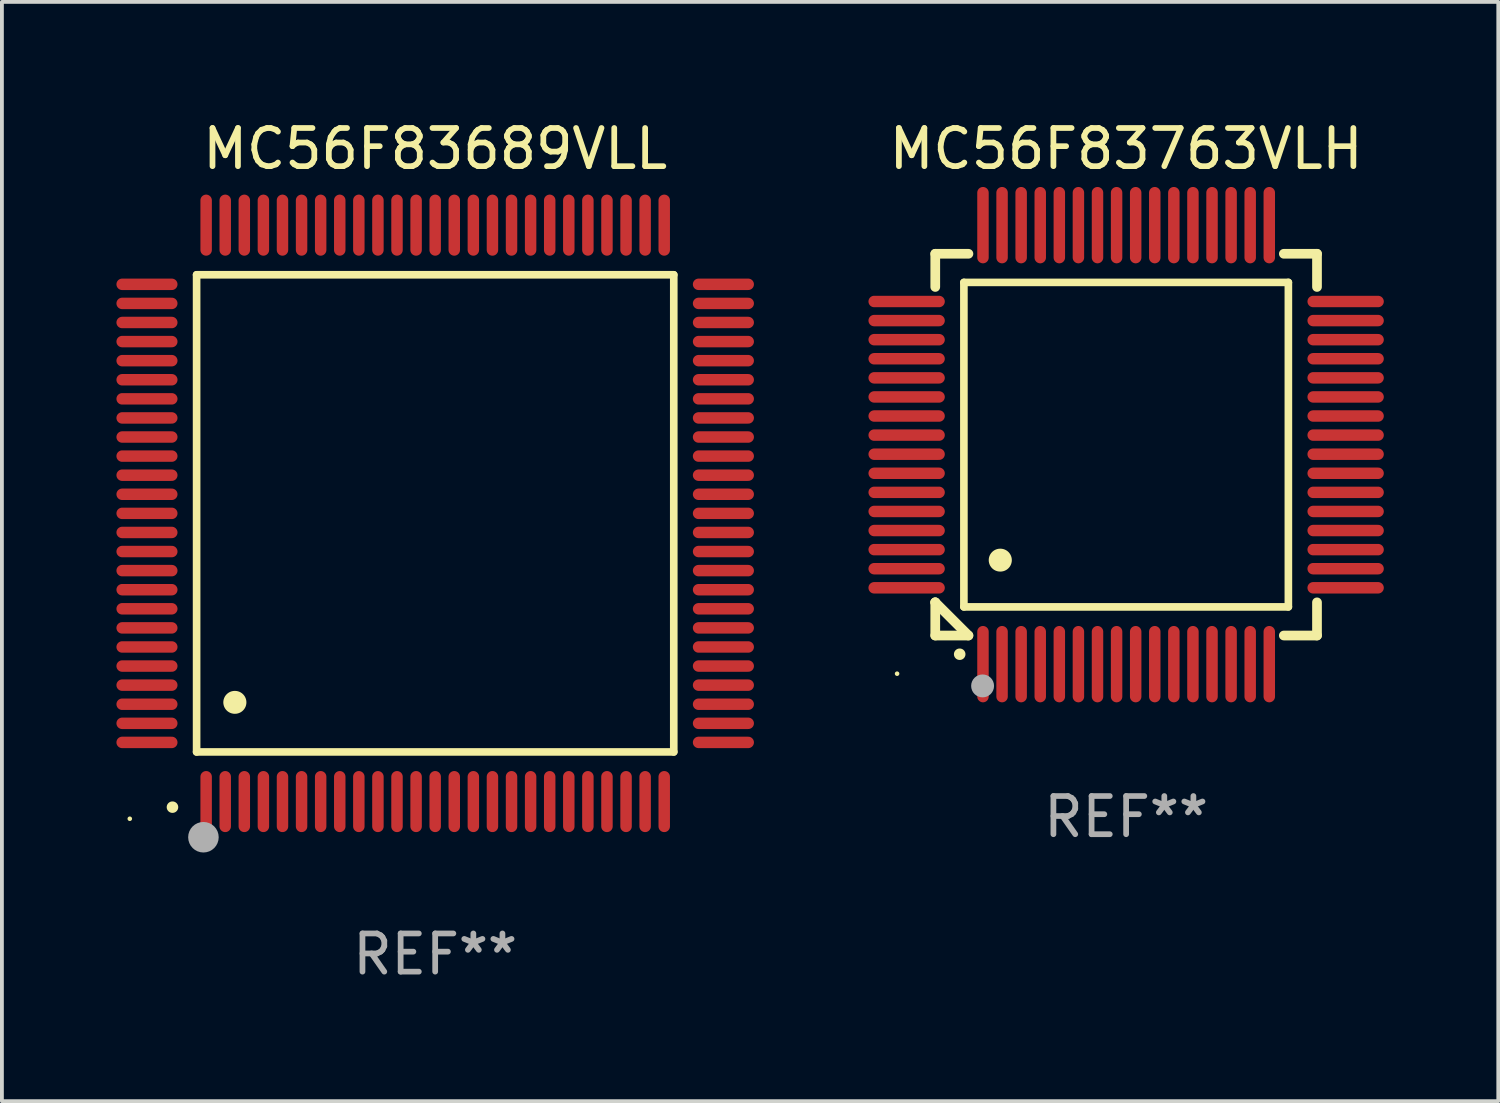
<source format=kicad_pcb>
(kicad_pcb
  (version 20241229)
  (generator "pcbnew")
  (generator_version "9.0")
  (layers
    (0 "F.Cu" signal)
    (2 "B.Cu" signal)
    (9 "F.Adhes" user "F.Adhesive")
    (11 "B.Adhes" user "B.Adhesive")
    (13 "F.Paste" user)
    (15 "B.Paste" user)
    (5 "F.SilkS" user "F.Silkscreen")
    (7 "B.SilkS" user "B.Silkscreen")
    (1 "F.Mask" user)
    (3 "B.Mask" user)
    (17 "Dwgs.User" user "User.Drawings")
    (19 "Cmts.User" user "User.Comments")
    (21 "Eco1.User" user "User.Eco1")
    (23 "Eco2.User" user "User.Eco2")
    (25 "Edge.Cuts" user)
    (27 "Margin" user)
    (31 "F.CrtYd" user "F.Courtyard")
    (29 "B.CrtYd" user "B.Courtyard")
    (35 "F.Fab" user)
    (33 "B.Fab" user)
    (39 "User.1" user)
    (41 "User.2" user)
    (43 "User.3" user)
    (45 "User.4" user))
  (footprint "MC56F83689VLL"
    (layer "F.Cu")
    (at 8.35 10.398)
    (property "Reference" "MC56F83689VLL" (at 0 -9.55 0) (layer "F.SilkS") (effects (font (size 1 1) (thickness 0.15))))
    (attr through_hole)
    (fp_line (start -6.25 -6.25) (end -6.25 6.25) (stroke (width 0.2) (type solid)) (layer "F.SilkS"))
    (fp_line (start -6.25 6.25) (end 6.25 6.25) (stroke (width 0.2) (type solid)) (layer "F.SilkS"))
    (fp_line (start 6.25 -6.25) (end -6.25 -6.25) (stroke (width 0.2) (type solid)) (layer "F.SilkS"))
    (fp_line (start 6.25 6.25) (end 6.25 -6.25) (stroke (width 0.2) (type solid)) (layer "F.SilkS"))
    (fp_arc (start -6.883414 7.696215) (mid -6.882144 7.69621) (end -6.880874 7.696215) (stroke (width 0.3) (type solid)) (layer "F.SilkS"))
    (fp_arc (start -5.250191 4.95047) (mid -5.247651 4.950459) (end -5.245111 4.95047) (stroke (width 0.6) (type solid)) (layer "F.SilkS"))
    (fp_circle (center -8 8) (end -7.97 8) (stroke (width 0.06) (type solid)) (fill no) (layer "F.SilkS"))
    (fp_circle (center -6.071 8.484) (end -5.871 8.484) (stroke (width 0.4) (type solid)) (fill no) (layer "F.Fab"))
    (fp_text user "REF**" (at 0 11.55 0) (layer "F.Fab") (effects (font (size 1 1) (thickness 0.15))))
    (pad "1" smd oval (at -6 7.55) (size 0.3 1.6) (layers "F.Cu" "F.Mask" "F.Paste"))
    (pad "2" smd oval (at -5.5 7.55) (size 0.3 1.6) (layers "F.Cu" "F.Mask" "F.Paste"))
    (pad "3" smd oval (at -5 7.55) (size 0.3 1.6) (layers "F.Cu" "F.Mask" "F.Paste"))
    (pad "4" smd oval (at -4.5 7.55) (size 0.3 1.6) (layers "F.Cu" "F.Mask" "F.Paste"))
    (pad "5" smd oval (at -4 7.55) (size 0.3 1.6) (layers "F.Cu" "F.Mask" "F.Paste"))
    (pad "6" smd oval (at -3.5 7.55) (size 0.3 1.6) (layers "F.Cu" "F.Mask" "F.Paste"))
    (pad "7" smd oval (at -3 7.55) (size 0.3 1.6) (layers "F.Cu" "F.Mask" "F.Paste"))
    (pad "8" smd oval (at -2.5 7.55) (size 0.3 1.6) (layers "F.Cu" "F.Mask" "F.Paste"))
    (pad "9" smd oval (at -2 7.55) (size 0.3 1.6) (layers "F.Cu" "F.Mask" "F.Paste"))
    (pad "10" smd oval (at -1.5 7.55) (size 0.3 1.6) (layers "F.Cu" "F.Mask" "F.Paste"))
    (pad "11" smd oval (at -1 7.55) (size 0.3 1.6) (layers "F.Cu" "F.Mask" "F.Paste"))
    (pad "12" smd oval (at -0.5 7.55) (size 0.3 1.6) (layers "F.Cu" "F.Mask" "F.Paste"))
    (pad "13" smd oval (at 0 7.55) (size 0.3 1.6) (layers "F.Cu" "F.Mask" "F.Paste"))
    (pad "14" smd oval (at 0.5 7.55) (size 0.3 1.6) (layers "F.Cu" "F.Mask" "F.Paste"))
    (pad "15" smd oval (at 1 7.55) (size 0.3 1.6) (layers "F.Cu" "F.Mask" "F.Paste"))
    (pad "16" smd oval (at 1.5 7.55) (size 0.3 1.6) (layers "F.Cu" "F.Mask" "F.Paste"))
    (pad "17" smd oval (at 2 7.55) (size 0.3 1.6) (layers "F.Cu" "F.Mask" "F.Paste"))
    (pad "18" smd oval (at 2.5 7.55) (size 0.3 1.6) (layers "F.Cu" "F.Mask" "F.Paste"))
    (pad "19" smd oval (at 3 7.55) (size 0.3 1.6) (layers "F.Cu" "F.Mask" "F.Paste"))
    (pad "20" smd oval (at 3.5 7.55) (size 0.3 1.6) (layers "F.Cu" "F.Mask" "F.Paste"))
    (pad "21" smd oval (at 4 7.55) (size 0.3 1.6) (layers "F.Cu" "F.Mask" "F.Paste"))
    (pad "22" smd oval (at 4.5 7.55) (size 0.3 1.6) (layers "F.Cu" "F.Mask" "F.Paste"))
    (pad "23" smd oval (at 5 7.55) (size 0.3 1.6) (layers "F.Cu" "F.Mask" "F.Paste"))
    (pad "24" smd oval (at 5.5 7.55) (size 0.3 1.6) (layers "F.Cu" "F.Mask" "F.Paste"))
    (pad "25" smd oval (at 6 7.55) (size 0.3 1.6) (layers "F.Cu" "F.Mask" "F.Paste"))
    (pad "26" smd oval (at 7.55 6) (size 1.6 0.3) (layers "F.Cu" "F.Mask" "F.Paste"))
    (pad "27" smd oval (at 7.55 5.5) (size 1.6 0.3) (layers "F.Cu" "F.Mask" "F.Paste"))
    (pad "28" smd oval (at 7.55 5) (size 1.6 0.3) (layers "F.Cu" "F.Mask" "F.Paste"))
    (pad "29" smd oval (at 7.55 4.5) (size 1.6 0.3) (layers "F.Cu" "F.Mask" "F.Paste"))
    (pad "30" smd oval (at 7.55 4) (size 1.6 0.3) (layers "F.Cu" "F.Mask" "F.Paste"))
    (pad "31" smd oval (at 7.55 3.5) (size 1.6 0.3) (layers "F.Cu" "F.Mask" "F.Paste"))
    (pad "32" smd oval (at 7.55 3) (size 1.6 0.3) (layers "F.Cu" "F.Mask" "F.Paste"))
    (pad "33" smd oval (at 7.55 2.5) (size 1.6 0.3) (layers "F.Cu" "F.Mask" "F.Paste"))
    (pad "34" smd oval (at 7.55 2) (size 1.6 0.3) (layers "F.Cu" "F.Mask" "F.Paste"))
    (pad "35" smd oval (at 7.55 1.5) (size 1.6 0.3) (layers "F.Cu" "F.Mask" "F.Paste"))
    (pad "36" smd oval (at 7.55 1) (size 1.6 0.3) (layers "F.Cu" "F.Mask" "F.Paste"))
    (pad "37" smd oval (at 7.55 0.5) (size 1.6 0.3) (layers "F.Cu" "F.Mask" "F.Paste"))
    (pad "38" smd oval (at 7.55 0) (size 1.6 0.3) (layers "F.Cu" "F.Mask" "F.Paste"))
    (pad "39" smd oval (at 7.55 -0.5) (size 1.6 0.3) (layers "F.Cu" "F.Mask" "F.Paste"))
    (pad "40" smd oval (at 7.55 -1) (size 1.6 0.3) (layers "F.Cu" "F.Mask" "F.Paste"))
    (pad "41" smd oval (at 7.55 -1.5) (size 1.6 0.3) (layers "F.Cu" "F.Mask" "F.Paste"))
    (pad "42" smd oval (at 7.55 -2) (size 1.6 0.3) (layers "F.Cu" "F.Mask" "F.Paste"))
    (pad "43" smd oval (at 7.55 -2.5) (size 1.6 0.3) (layers "F.Cu" "F.Mask" "F.Paste"))
    (pad "44" smd oval (at 7.55 -3) (size 1.6 0.3) (layers "F.Cu" "F.Mask" "F.Paste"))
    (pad "45" smd oval (at 7.55 -3.5) (size 1.6 0.3) (layers "F.Cu" "F.Mask" "F.Paste"))
    (pad "46" smd oval (at 7.55 -4) (size 1.6 0.3) (layers "F.Cu" "F.Mask" "F.Paste"))
    (pad "47" smd oval (at 7.55 -4.5) (size 1.6 0.3) (layers "F.Cu" "F.Mask" "F.Paste"))
    (pad "48" smd oval (at 7.55 -5) (size 1.6 0.3) (layers "F.Cu" "F.Mask" "F.Paste"))
    (pad "49" smd oval (at 7.55 -5.5) (size 1.6 0.3) (layers "F.Cu" "F.Mask" "F.Paste"))
    (pad "50" smd oval (at 7.55 -6) (size 1.6 0.3) (layers "F.Cu" "F.Mask" "F.Paste"))
    (pad "51" smd oval (at 6 -7.55) (size 0.3 1.6) (layers "F.Cu" "F.Mask" "F.Paste"))
    (pad "52" smd oval (at 5.5 -7.55) (size 0.3 1.6) (layers "F.Cu" "F.Mask" "F.Paste"))
    (pad "53" smd oval (at 5 -7.55) (size 0.3 1.6) (layers "F.Cu" "F.Mask" "F.Paste"))
    (pad "54" smd oval (at 4.5 -7.55) (size 0.3 1.6) (layers "F.Cu" "F.Mask" "F.Paste"))
    (pad "55" smd oval (at 4 -7.55) (size 0.3 1.6) (layers "F.Cu" "F.Mask" "F.Paste"))
    (pad "56" smd oval (at 3.5 -7.55) (size 0.3 1.6) (layers "F.Cu" "F.Mask" "F.Paste"))
    (pad "57" smd oval (at 3 -7.55) (size 0.3 1.6) (layers "F.Cu" "F.Mask" "F.Paste"))
    (pad "58" smd oval (at 2.5 -7.55) (size 0.3 1.6) (layers "F.Cu" "F.Mask" "F.Paste"))
    (pad "59" smd oval (at 2 -7.55) (size 0.3 1.6) (layers "F.Cu" "F.Mask" "F.Paste"))
    (pad "60" smd oval (at 1.5 -7.55) (size 0.3 1.6) (layers "F.Cu" "F.Mask" "F.Paste"))
    (pad "61" smd oval (at 1 -7.55) (size 0.3 1.6) (layers "F.Cu" "F.Mask" "F.Paste"))
    (pad "62" smd oval (at 0.5 -7.55) (size 0.3 1.6) (layers "F.Cu" "F.Mask" "F.Paste"))
    (pad "63" smd oval (at 0 -7.55) (size 0.3 1.6) (layers "F.Cu" "F.Mask" "F.Paste"))
    (pad "64" smd oval (at -0.5 -7.55) (size 0.3 1.6) (layers "F.Cu" "F.Mask" "F.Paste"))
    (pad "65" smd oval (at -1 -7.55) (size 0.3 1.6) (layers "F.Cu" "F.Mask" "F.Paste"))
    (pad "66" smd oval (at -1.5 -7.55) (size 0.3 1.6) (layers "F.Cu" "F.Mask" "F.Paste"))
    (pad "67" smd oval (at -2 -7.55) (size 0.3 1.6) (layers "F.Cu" "F.Mask" "F.Paste"))
    (pad "68" smd oval (at -2.5 -7.55) (size 0.3 1.6) (layers "F.Cu" "F.Mask" "F.Paste"))
    (pad "69" smd oval (at -3 -7.55) (size 0.3 1.6) (layers "F.Cu" "F.Mask" "F.Paste"))
    (pad "70" smd oval (at -3.5 -7.55) (size 0.3 1.6) (layers "F.Cu" "F.Mask" "F.Paste"))
    (pad "71" smd oval (at -4 -7.55) (size 0.3 1.6) (layers "F.Cu" "F.Mask" "F.Paste"))
    (pad "72" smd oval (at -4.5 -7.55) (size 0.3 1.6) (layers "F.Cu" "F.Mask" "F.Paste"))
    (pad "73" smd oval (at -5 -7.55) (size 0.3 1.6) (layers "F.Cu" "F.Mask" "F.Paste"))
    (pad "74" smd oval (at -5.5 -7.55) (size 0.3 1.6) (layers "F.Cu" "F.Mask" "F.Paste"))
    (pad "75" smd oval (at -6 -7.55) (size 0.3 1.6) (layers "F.Cu" "F.Mask" "F.Paste"))
    (pad "76" smd oval (at -7.55 -6) (size 1.6 0.3) (layers "F.Cu" "F.Mask" "F.Paste"))
    (pad "77" smd oval (at -7.55 -5.5) (size 1.6 0.3) (layers "F.Cu" "F.Mask" "F.Paste"))
    (pad "78" smd oval (at -7.55 -5) (size 1.6 0.3) (layers "F.Cu" "F.Mask" "F.Paste"))
    (pad "79" smd oval (at -7.55 -4.5) (size 1.6 0.3) (layers "F.Cu" "F.Mask" "F.Paste"))
    (pad "80" smd oval (at -7.55 -4) (size 1.6 0.3) (layers "F.Cu" "F.Mask" "F.Paste"))
    (pad "81" smd oval (at -7.55 -3.5) (size 1.6 0.3) (layers "F.Cu" "F.Mask" "F.Paste"))
    (pad "82" smd oval (at -7.55 -3) (size 1.6 0.3) (layers "F.Cu" "F.Mask" "F.Paste"))
    (pad "83" smd oval (at -7.55 -2.5) (size 1.6 0.3) (layers "F.Cu" "F.Mask" "F.Paste"))
    (pad "84" smd oval (at -7.55 -2) (size 1.6 0.3) (layers "F.Cu" "F.Mask" "F.Paste"))
    (pad "85" smd oval (at -7.55 -1.5) (size 1.6 0.3) (layers "F.Cu" "F.Mask" "F.Paste"))
    (pad "86" smd oval (at -7.55 -1) (size 1.6 0.3) (layers "F.Cu" "F.Mask" "F.Paste"))
    (pad "87" smd oval (at -7.55 -0.5) (size 1.6 0.3) (layers "F.Cu" "F.Mask" "F.Paste"))
    (pad "88" smd oval (at -7.55 0) (size 1.6 0.3) (layers "F.Cu" "F.Mask" "F.Paste"))
    (pad "89" smd oval (at -7.55 0.5) (size 1.6 0.3) (layers "F.Cu" "F.Mask" "F.Paste"))
    (pad "90" smd oval (at -7.55 1) (size 1.6 0.3) (layers "F.Cu" "F.Mask" "F.Paste"))
    (pad "91" smd oval (at -7.55 1.5) (size 1.6 0.3) (layers "F.Cu" "F.Mask" "F.Paste"))
    (pad "92" smd oval (at -7.55 2) (size 1.6 0.3) (layers "F.Cu" "F.Mask" "F.Paste"))
    (pad "93" smd oval (at -7.55 2.5) (size 1.6 0.3) (layers "F.Cu" "F.Mask" "F.Paste"))
    (pad "94" smd oval (at -7.55 3) (size 1.6 0.3) (layers "F.Cu" "F.Mask" "F.Paste"))
    (pad "95" smd oval (at -7.55 3.5) (size 1.6 0.3) (layers "F.Cu" "F.Mask" "F.Paste"))
    (pad "96" smd oval (at -7.55 4) (size 1.6 0.3) (layers "F.Cu" "F.Mask" "F.Paste"))
    (pad "97" smd oval (at -7.55 4.5) (size 1.6 0.3) (layers "F.Cu" "F.Mask" "F.Paste"))
    (pad "98" smd oval (at -7.55 5) (size 1.6 0.3) (layers "F.Cu" "F.Mask" "F.Paste"))
    (pad "99" smd oval (at -7.55 5.5) (size 1.6 0.3) (layers "F.Cu" "F.Mask" "F.Paste"))
    (pad "100" smd oval (at -7.55 6) (size 1.6 0.3) (layers "F.Cu" "F.Mask" "F.Paste")))
  (footprint "MC56F83763VLH"
    (layer "F.Cu")
    (at 26.45 8.598)
    (property "Reference" "MC56F83763VLH" (at 0 -7.75 0) (layer "F.SilkS") (effects (font (size 1 1) (thickness 0.15))))
    (attr through_hole)
    (fp_line (start -5 -5) (end -4.131 -5) (stroke (width 0.254) (type solid)) (layer "F.SilkS"))
    (fp_line (start -5 -4.131) (end -5 -5) (stroke (width 0.254) (type solid)) (layer "F.SilkS"))
    (fp_line (start -5 4.131) (end -5 4.131) (stroke (width 0.254) (type solid)) (layer "F.SilkS"))
    (fp_line (start -5 5) (end -5 4.131) (stroke (width 0.254) (type solid)) (layer "F.SilkS"))
    (fp_line (start -5 4.131) (end -4.131 5) (stroke (width 0.254) (type solid)) (layer "F.SilkS"))
    (fp_line (start -4.25 -4.25) (end -4.25 4.25) (stroke (width 0.2) (type solid)) (layer "F.SilkS"))
    (fp_line (start -4.25 4.25) (end 4.25 4.25) (stroke (width 0.2) (type solid)) (layer "F.SilkS"))
    (fp_line (start -4.131 5) (end -5 5) (stroke (width 0.254) (type solid)) (layer "F.SilkS"))
    (fp_line (start 4.25 -4.25) (end -4.25 -4.25) (stroke (width 0.2) (type solid)) (layer "F.SilkS"))
    (fp_line (start 4.25 4.25) (end 4.25 -4.25) (stroke (width 0.2) (type solid)) (layer "F.SilkS"))
    (fp_line (start 5 -5) (end 4.131 -5) (stroke (width 0.254) (type solid)) (layer "F.SilkS"))
    (fp_line (start 5 -5) (end 5 -4.131) (stroke (width 0.254) (type solid)) (layer "F.SilkS"))
    (fp_line (start 5 4.131) (end 5 5) (stroke (width 0.254) (type solid)) (layer "F.SilkS"))
    (fp_line (start 5 5) (end 4.131 5) (stroke (width 0.254) (type solid)) (layer "F.SilkS"))
    (fp_arc (start -4.361265 5.489992) (mid -4.359995 5.489987) (end -4.358725 5.489992) (stroke (width 0.3) (type solid)) (layer "F.SilkS"))
    (fp_arc (start -3.299467 3.025146) (mid -3.296927 3.025135) (end -3.294387 3.025146) (stroke (width 0.6) (type solid)) (layer "F.SilkS"))
    (fp_circle (center -6 6) (end -5.97 6) (stroke (width 0.06) (type solid)) (fill no) (layer "F.SilkS"))
    (fp_circle (center -3.76 6.32) (end -3.61 6.32) (stroke (width 0.3) (type solid)) (fill no) (layer "F.Fab"))
    (fp_text user "REF**" (at 0 9.75 0) (layer "F.Fab") (effects (font (size 1 1) (thickness 0.15))))
    (pad "1" smd oval (at -3.75 5.75) (size 0.3 2) (layers "F.Cu" "F.Mask" "F.Paste"))
    (pad "2" smd oval (at -3.25 5.75) (size 0.3 2) (layers "F.Cu" "F.Mask" "F.Paste"))
    (pad "3" smd oval (at -2.75 5.75) (size 0.3 2) (layers "F.Cu" "F.Mask" "F.Paste"))
    (pad "4" smd oval (at -2.25 5.75) (size 0.3 2) (layers "F.Cu" "F.Mask" "F.Paste"))
    (pad "5" smd oval (at -1.75 5.75) (size 0.3 2) (layers "F.Cu" "F.Mask" "F.Paste"))
    (pad "6" smd oval (at -1.25 5.75) (size 0.3 2) (layers "F.Cu" "F.Mask" "F.Paste"))
    (pad "7" smd oval (at -0.75 5.75) (size 0.3 2) (layers "F.Cu" "F.Mask" "F.Paste"))
    (pad "8" smd oval (at -0.25 5.75) (size 0.3 2) (layers "F.Cu" "F.Mask" "F.Paste"))
    (pad "9" smd oval (at 0.25 5.75) (size 0.3 2) (layers "F.Cu" "F.Mask" "F.Paste"))
    (pad "10" smd oval (at 0.75 5.75) (size 0.3 2) (layers "F.Cu" "F.Mask" "F.Paste"))
    (pad "11" smd oval (at 1.25 5.75) (size 0.3 2) (layers "F.Cu" "F.Mask" "F.Paste"))
    (pad "12" smd oval (at 1.75 5.75) (size 0.3 2) (layers "F.Cu" "F.Mask" "F.Paste"))
    (pad "13" smd oval (at 2.25 5.75) (size 0.3 2) (layers "F.Cu" "F.Mask" "F.Paste"))
    (pad "14" smd oval (at 2.75 5.75) (size 0.3 2) (layers "F.Cu" "F.Mask" "F.Paste"))
    (pad "15" smd oval (at 3.25 5.75) (size 0.3 2) (layers "F.Cu" "F.Mask" "F.Paste"))
    (pad "16" smd oval (at 3.75 5.75) (size 0.3 2) (layers "F.Cu" "F.Mask" "F.Paste"))
    (pad "17" smd oval (at 5.75 3.75) (size 2 0.3) (layers "F.Cu" "F.Mask" "F.Paste"))
    (pad "18" smd oval (at 5.75 3.25) (size 2 0.3) (layers "F.Cu" "F.Mask" "F.Paste"))
    (pad "19" smd oval (at 5.75 2.75) (size 2 0.3) (layers "F.Cu" "F.Mask" "F.Paste"))
    (pad "20" smd oval (at 5.75 2.25) (size 2 0.3) (layers "F.Cu" "F.Mask" "F.Paste"))
    (pad "21" smd oval (at 5.75 1.75) (size 2 0.3) (layers "F.Cu" "F.Mask" "F.Paste"))
    (pad "22" smd oval (at 5.75 1.25) (size 2 0.3) (layers "F.Cu" "F.Mask" "F.Paste"))
    (pad "23" smd oval (at 5.75 0.75) (size 2 0.3) (layers "F.Cu" "F.Mask" "F.Paste"))
    (pad "24" smd oval (at 5.75 0.25) (size 2 0.3) (layers "F.Cu" "F.Mask" "F.Paste"))
    (pad "25" smd oval (at 5.75 -0.25) (size 2 0.3) (layers "F.Cu" "F.Mask" "F.Paste"))
    (pad "26" smd oval (at 5.75 -0.75) (size 2 0.3) (layers "F.Cu" "F.Mask" "F.Paste"))
    (pad "27" smd oval (at 5.75 -1.25) (size 2 0.3) (layers "F.Cu" "F.Mask" "F.Paste"))
    (pad "28" smd oval (at 5.75 -1.75) (size 2 0.3) (layers "F.Cu" "F.Mask" "F.Paste"))
    (pad "29" smd oval (at 5.75 -2.25) (size 2 0.3) (layers "F.Cu" "F.Mask" "F.Paste"))
    (pad "30" smd oval (at 5.75 -2.75) (size 2 0.3) (layers "F.Cu" "F.Mask" "F.Paste"))
    (pad "31" smd oval (at 5.75 -3.25) (size 2 0.3) (layers "F.Cu" "F.Mask" "F.Paste"))
    (pad "32" smd oval (at 5.75 -3.75) (size 2 0.3) (layers "F.Cu" "F.Mask" "F.Paste"))
    (pad "33" smd oval (at 3.75 -5.75) (size 0.3 2) (layers "F.Cu" "F.Mask" "F.Paste"))
    (pad "34" smd oval (at 3.25 -5.75) (size 0.3 2) (layers "F.Cu" "F.Mask" "F.Paste"))
    (pad "35" smd oval (at 2.75 -5.75) (size 0.3 2) (layers "F.Cu" "F.Mask" "F.Paste"))
    (pad "36" smd oval (at 2.25 -5.75) (size 0.3 2) (layers "F.Cu" "F.Mask" "F.Paste"))
    (pad "37" smd oval (at 1.75 -5.75) (size 0.3 2) (layers "F.Cu" "F.Mask" "F.Paste"))
    (pad "38" smd oval (at 1.25 -5.75) (size 0.3 2) (layers "F.Cu" "F.Mask" "F.Paste"))
    (pad "39" smd oval (at 0.75 -5.75) (size 0.3 2) (layers "F.Cu" "F.Mask" "F.Paste"))
    (pad "40" smd oval (at 0.25 -5.75) (size 0.3 2) (layers "F.Cu" "F.Mask" "F.Paste"))
    (pad "41" smd oval (at -0.25 -5.75) (size 0.3 2) (layers "F.Cu" "F.Mask" "F.Paste"))
    (pad "42" smd oval (at -0.75 -5.75) (size 0.3 2) (layers "F.Cu" "F.Mask" "F.Paste"))
    (pad "43" smd oval (at -1.25 -5.75) (size 0.3 2) (layers "F.Cu" "F.Mask" "F.Paste"))
    (pad "44" smd oval (at -1.75 -5.75) (size 0.3 2) (layers "F.Cu" "F.Mask" "F.Paste"))
    (pad "45" smd oval (at -2.25 -5.75) (size 0.3 2) (layers "F.Cu" "F.Mask" "F.Paste"))
    (pad "46" smd oval (at -2.75 -5.75) (size 0.3 2) (layers "F.Cu" "F.Mask" "F.Paste"))
    (pad "47" smd oval (at -3.25 -5.75) (size 0.3 2) (layers "F.Cu" "F.Mask" "F.Paste"))
    (pad "48" smd oval (at -3.75 -5.75) (size 0.3 2) (layers "F.Cu" "F.Mask" "F.Paste"))
    (pad "49" smd oval (at -5.75 -3.75) (size 2 0.3) (layers "F.Cu" "F.Mask" "F.Paste"))
    (pad "50" smd oval (at -5.75 -3.25) (size 2 0.3) (layers "F.Cu" "F.Mask" "F.Paste"))
    (pad "51" smd oval (at -5.75 -2.75) (size 2 0.3) (layers "F.Cu" "F.Mask" "F.Paste"))
    (pad "52" smd oval (at -5.75 -2.25) (size 2 0.3) (layers "F.Cu" "F.Mask" "F.Paste"))
    (pad "53" smd oval (at -5.75 -1.75) (size 2 0.3) (layers "F.Cu" "F.Mask" "F.Paste"))
    (pad "54" smd oval (at -5.75 -1.25) (size 2 0.3) (layers "F.Cu" "F.Mask" "F.Paste"))
    (pad "55" smd oval (at -5.75 -0.75) (size 2 0.3) (layers "F.Cu" "F.Mask" "F.Paste"))
    (pad "56" smd oval (at -5.75 -0.25) (size 2 0.3) (layers "F.Cu" "F.Mask" "F.Paste"))
    (pad "57" smd oval (at -5.75 0.25) (size 2 0.3) (layers "F.Cu" "F.Mask" "F.Paste"))
    (pad "58" smd oval (at -5.75 0.75) (size 2 0.3) (layers "F.Cu" "F.Mask" "F.Paste"))
    (pad "59" smd oval (at -5.75 1.25) (size 2 0.3) (layers "F.Cu" "F.Mask" "F.Paste"))
    (pad "60" smd oval (at -5.75 1.75) (size 2 0.3) (layers "F.Cu" "F.Mask" "F.Paste"))
    (pad "61" smd oval (at -5.75 2.25) (size 2 0.3) (layers "F.Cu" "F.Mask" "F.Paste"))
    (pad "62" smd oval (at -5.75 2.75) (size 2 0.3) (layers "F.Cu" "F.Mask" "F.Paste"))
    (pad "63" smd oval (at -5.75 3.25) (size 2 0.3) (layers "F.Cu" "F.Mask" "F.Paste"))
    (pad "64" smd oval (at -5.75 3.75) (size 2 0.3) (layers "F.Cu" "F.Mask" "F.Paste")))
  (gr_rect
    (start -3 -3)
    (end 36.199 25.796)
    (stroke (width 0.1) (type default))
    (fill no)
    (layer "Edge.Cuts")))
</source>
